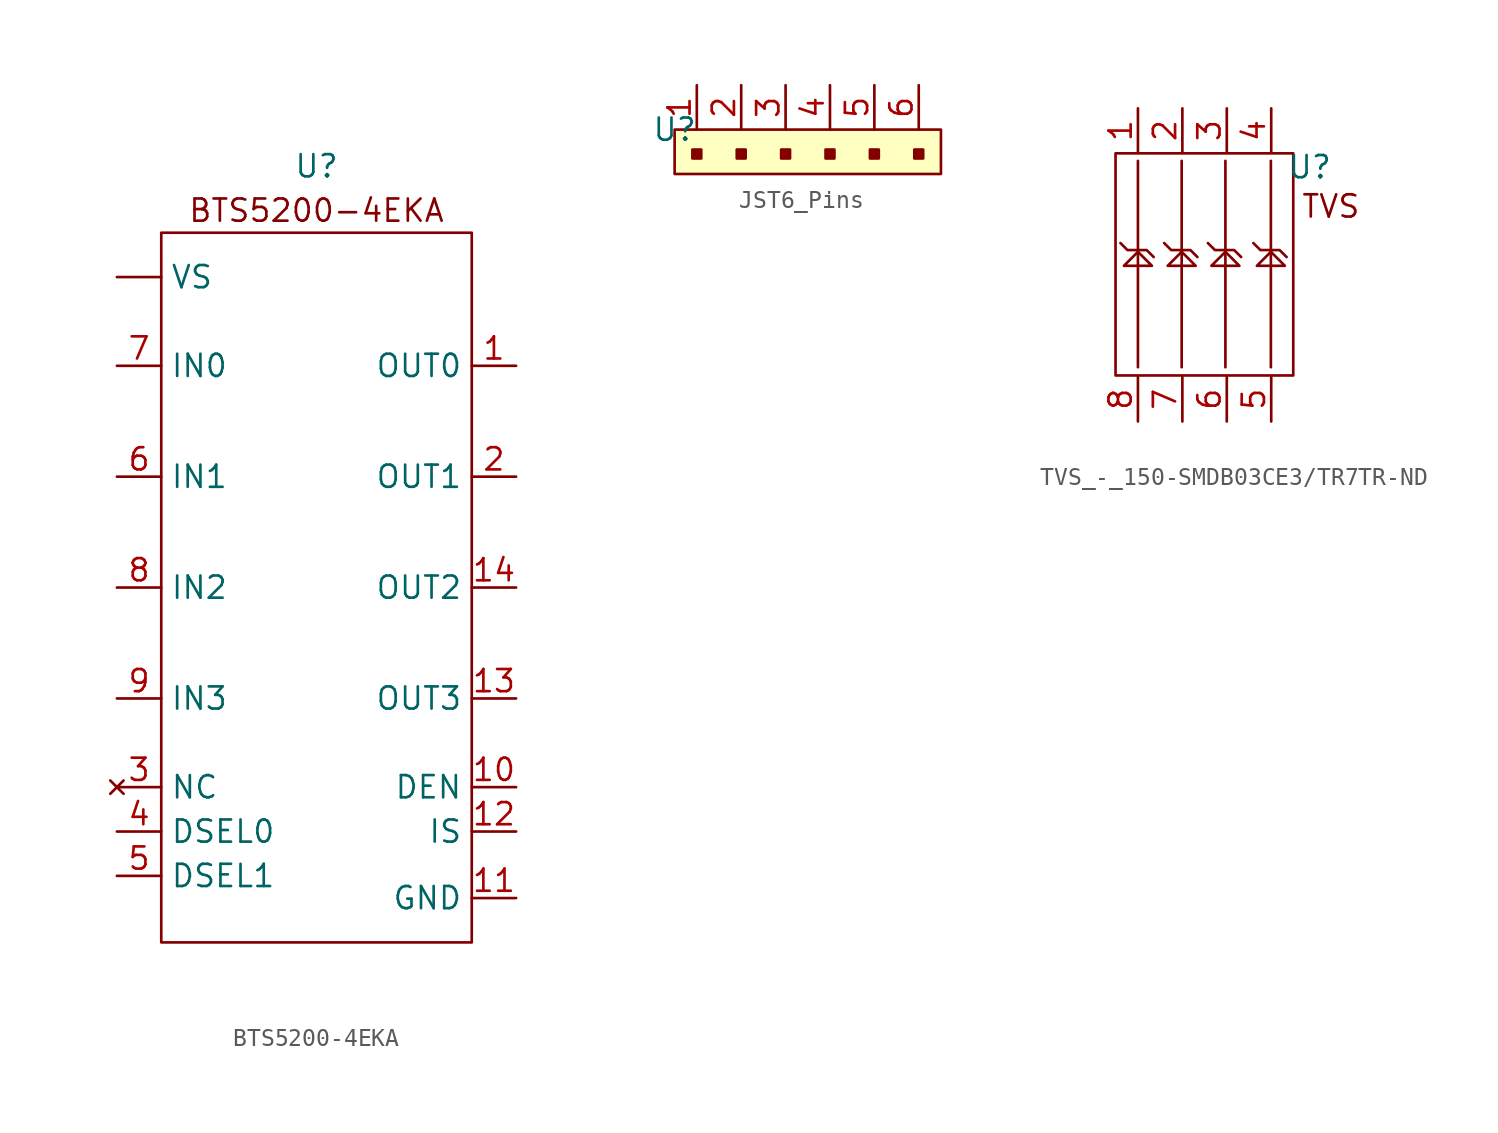
<source format=kicad_sym>
(kicad_symbol_lib
  (version 20231120)
  (generator "kicad_symbol_editor")
  (generator_version "8.0")
  (symbol "BTS5200-4EKA"
    (property "Reference" "U"
      (at 0 2.54 0)
      (effects (font (size 1.27 1.27))))
    (property "Value" ""
      (at 0 -2.54 0)
      (effects (font (size 1.27 1.27))))
    (symbol "BTS5200-4EKA_0_1"
      (rectangle (start -8.89 -1.27) (end 8.89 -41.91) (stroke (width 0) (type default)) (fill (type none))))
    (symbol "BTS5200-4EKA_1_1"
      (text "BTS5200-4EKA" (at 0 0 0) (effects (font (size 1.27 1.27))))
      (pin unspecified line (at -11.43 -3.81 0) (length 2.54) (name "VS" (effects (font (size 1.27 1.27)))) (number "" (effects (font (size 1.27 1.27)))))
      (pin unspecified line (at 11.43 -8.89 180) (length 2.54) (name "OUT0" (effects (font (size 1.27 1.27)))) (number "1" (effects (font (size 1.27 1.27)))))
      (pin unspecified line (at 11.43 -33.02 180) (length 2.54) (name "DEN" (effects (font (size 1.27 1.27)))) (number "10" (effects (font (size 1.27 1.27)))))
      (pin unspecified line (at 11.43 -39.37 180) (length 2.54) (name "GND" (effects (font (size 1.27 1.27)))) (number "11" (effects (font (size 1.27 1.27)))))
      (pin unspecified line (at 11.43 -35.56 180) (length 2.54) (name "IS" (effects (font (size 1.27 1.27)))) (number "12" (effects (font (size 1.27 1.27)))))
      (pin unspecified line (at 11.43 -27.94 180) (length 2.54) (name "OUT3" (effects (font (size 1.27 1.27)))) (number "13" (effects (font (size 1.27 1.27)))))
      (pin unspecified line (at 11.43 -21.59 180) (length 2.54) (name "OUT2" (effects (font (size 1.27 1.27)))) (number "14" (effects (font (size 1.27 1.27)))))
      (pin unspecified line (at 11.43 -15.24 180) (length 2.54) (name "OUT1" (effects (font (size 1.27 1.27)))) (number "2" (effects (font (size 1.27 1.27)))))
      (pin no_connect line (at -11.43 -33.02 0) (length 2.54) (name "NC" (effects (font (size 1.27 1.27)))) (number "3" (effects (font (size 1.27 1.27)))))
      (pin unspecified line (at -11.43 -35.56 0) (length 2.54) (name "DSEL0" (effects (font (size 1.27 1.27)))) (number "4" (effects (font (size 1.27 1.27)))))
      (pin unspecified line (at -11.43 -38.1 0) (length 2.54) (name "DSEL1" (effects (font (size 1.27 1.27)))) (number "5" (effects (font (size 1.27 1.27)))))
      (pin unspecified line (at -11.43 -15.24 0) (length 2.54) (name "IN1" (effects (font (size 1.27 1.27)))) (number "6" (effects (font (size 1.27 1.27)))))
      (pin unspecified line (at -11.43 -8.89 0) (length 2.54) (name "IN0" (effects (font (size 1.27 1.27)))) (number "7" (effects (font (size 1.27 1.27)))))
      (pin unspecified line (at -11.43 -21.59 0) (length 2.54) (name "IN2" (effects (font (size 1.27 1.27)))) (number "8" (effects (font (size 1.27 1.27)))))
      (pin unspecified line (at -11.43 -27.94 0) (length 2.54) (name "IN3" (effects (font (size 1.27 1.27)))) (number "9" (effects (font (size 1.27 1.27)))))))
  (symbol "JST6_Pins"
    (property "Reference" "U"
      (at 0 0 0)
      (effects (font (size 1.27 1.27))))
    (property "Value" ""
      (at 0 0 0)
      (effects (font (size 1.27 1.27))))
    (symbol "JST6_Pins_1_1"
      (rectangle (start 0 0) (end 15.24 -2.54) (stroke (width 0) (type solid)) (fill (type background)))
      (rectangle (start 1.016 -1.143) (end 1.524 -1.651) (stroke (width 0) (type solid)) (fill (type outline)))
      (rectangle (start 3.556 -1.143) (end 4.064 -1.651) (stroke (width 0) (type solid)) (fill (type outline)))
      (rectangle (start 6.096 -1.143) (end 6.604 -1.651) (stroke (width 0) (type solid)) (fill (type outline)))
      (rectangle (start 8.636 -1.143) (end 9.144 -1.651) (stroke (width 0) (type solid)) (fill (type outline)))
      (rectangle (start 11.176 -1.143) (end 11.684 -1.651) (stroke (width 0) (type solid)) (fill (type outline)))
      (rectangle (start 13.716 -1.143) (end 14.224 -1.651) (stroke (width 0) (type solid)) (fill (type outline)))
      (pin passive line (at 1.27 2.54 270) (length 2.54) (name "~" (effects (font (size 1.27 1.27)))) (number "1" (effects (font (size 1.27 1.27)))))
      (pin passive line (at 3.81 2.54 270) (length 2.54) (name "~" (effects (font (size 1.27 1.27)))) (number "2" (effects (font (size 1.27 1.27)))))
      (pin passive line (at 6.35 2.54 270) (length 2.54) (name "~" (effects (font (size 1.27 1.27)))) (number "3" (effects (font (size 1.27 1.27)))))
      (pin passive line (at 8.89 2.54 270) (length 2.54) (name "~" (effects (font (size 1.27 1.27)))) (number "4" (effects (font (size 1.27 1.27)))))
      (pin passive line (at 11.43 2.54 270) (length 2.54) (name "~" (effects (font (size 1.27 1.27)))) (number "5" (effects (font (size 1.27 1.27)))))
      (pin passive line (at 13.97 2.54 270) (length 2.54) (name "~" (effects (font (size 1.27 1.27)))) (number "6" (effects (font (size 1.27 1.27)))))))
  (symbol "TVS_-_150-SMDB03CE3/TR7TR-ND"
    (property "Reference" "U"
      (at 8.921 2.945 0)
      (effects (font (size 1.27 1.27))))
    (property "Value" ""
      (at 2.91 5.03 0)
      (effects (font (size 1.27 1.27))))
    (symbol "TVS_-_150-SMDB03CE3/TR7TR-ND_0_1"
      (rectangle (start -2.18 3.73) (end 7.98 -8.97) (stroke (width 0) (type default)) (fill (type none))))
    (symbol "TVS_-_150-SMDB03CE3/TR7TR-ND_1_1"
      (polyline (pts (xy -0.9 3.3) (xy -0.9 -8.5)) (stroke (width 0) (type default)) (fill (type none)))
      (polyline (pts (xy 1.6 3.3) (xy 1.6 -8.5)) (stroke (width 0) (type default)) (fill (type none)))
      (polyline (pts (xy 4.1 3.3) (xy 4.1 -8.5)) (stroke (width 0) (type default)) (fill (type none)))
      (polyline (pts (xy 6.7 3.3) (xy 6.7 -8.5)) (stroke (width 0) (type default)) (fill (type none)))
      (polyline (pts (xy -1.9 -1.4) (xy -1.5 -1.8) (xy -0.4 -1.8) (xy 0 -2.2)) (stroke (width 0) (type default)) (fill (type none)))
      (polyline (pts (xy -1.7 -2.7) (xy -0.1 -2.7) (xy -0.9 -1.9) (xy -1.7 -2.7)) (stroke (width 0) (type default)) (fill (type none)))
      (polyline (pts (xy 0.6 -1.4) (xy 1 -1.8) (xy 2.1 -1.8) (xy 2.5 -2.2)) (stroke (width 0) (type default)) (fill (type none)))
      (polyline (pts (xy 0.8 -2.7) (xy 2.4 -2.7) (xy 1.6 -1.9) (xy 0.8 -2.7)) (stroke (width 0) (type default)) (fill (type none)))
      (polyline (pts (xy 3.1 -1.4) (xy 3.5 -1.8) (xy 4.6 -1.8) (xy 5 -2.2)) (stroke (width 0) (type default)) (fill (type none)))
      (polyline (pts (xy 3.3 -2.7) (xy 4.9 -2.7) (xy 4.1 -1.9) (xy 3.3 -2.7)) (stroke (width 0) (type default)) (fill (type none)))
      (polyline (pts (xy 5.7 -1.4) (xy 6.1 -1.8) (xy 7.2 -1.8) (xy 7.6 -2.2)) (stroke (width 0) (type default)) (fill (type none)))
      (polyline (pts (xy 5.9 -2.7) (xy 7.5 -2.7) (xy 6.7 -1.9) (xy 5.9 -2.7)) (stroke (width 0) (type default)) (fill (type none)))
      (text "TVS\n" (at 10.131 0.698 0) (effects (font (size 1.27 1.27))))
      (pin unspecified line (at -0.9 6.3 270) (length 2.54) (name "" (effects (font (size 1.27 1.27)))) (number "1" (effects (font (size 1.27 1.27)))))
      (pin unspecified line (at 1.64 6.3 270) (length 2.54) (name "" (effects (font (size 1.27 1.27)))) (number "2" (effects (font (size 1.27 1.27)))))
      (pin unspecified line (at 4.18 6.3 270) (length 2.54) (name "" (effects (font (size 1.27 1.27)))) (number "3" (effects (font (size 1.27 1.27)))))
      (pin unspecified line (at 6.72 6.3 270) (length 2.54) (name "" (effects (font (size 1.27 1.27)))) (number "4" (effects (font (size 1.27 1.27)))))
      (pin unspecified line (at 6.72 -11.6 90) (length 2.54) (name "" (effects (font (size 1.27 1.27)))) (number "5" (effects (font (size 1.27 1.27)))))
      (pin unspecified line (at 4.18 -11.6 90) (length 2.54) (name "" (effects (font (size 1.27 1.27)))) (number "6" (effects (font (size 1.27 1.27)))))
      (pin unspecified line (at 1.64 -11.6 90) (length 2.54) (name "" (effects (font (size 1.27 1.27)))) (number "7" (effects (font (size 1.27 1.27)))))
      (pin unspecified line (at -0.9 -11.6 90) (length 2.54) (name "" (effects (font (size 1.27 1.27)))) (number "8" (effects (font (size 1.27 1.27))))))))
</source>
